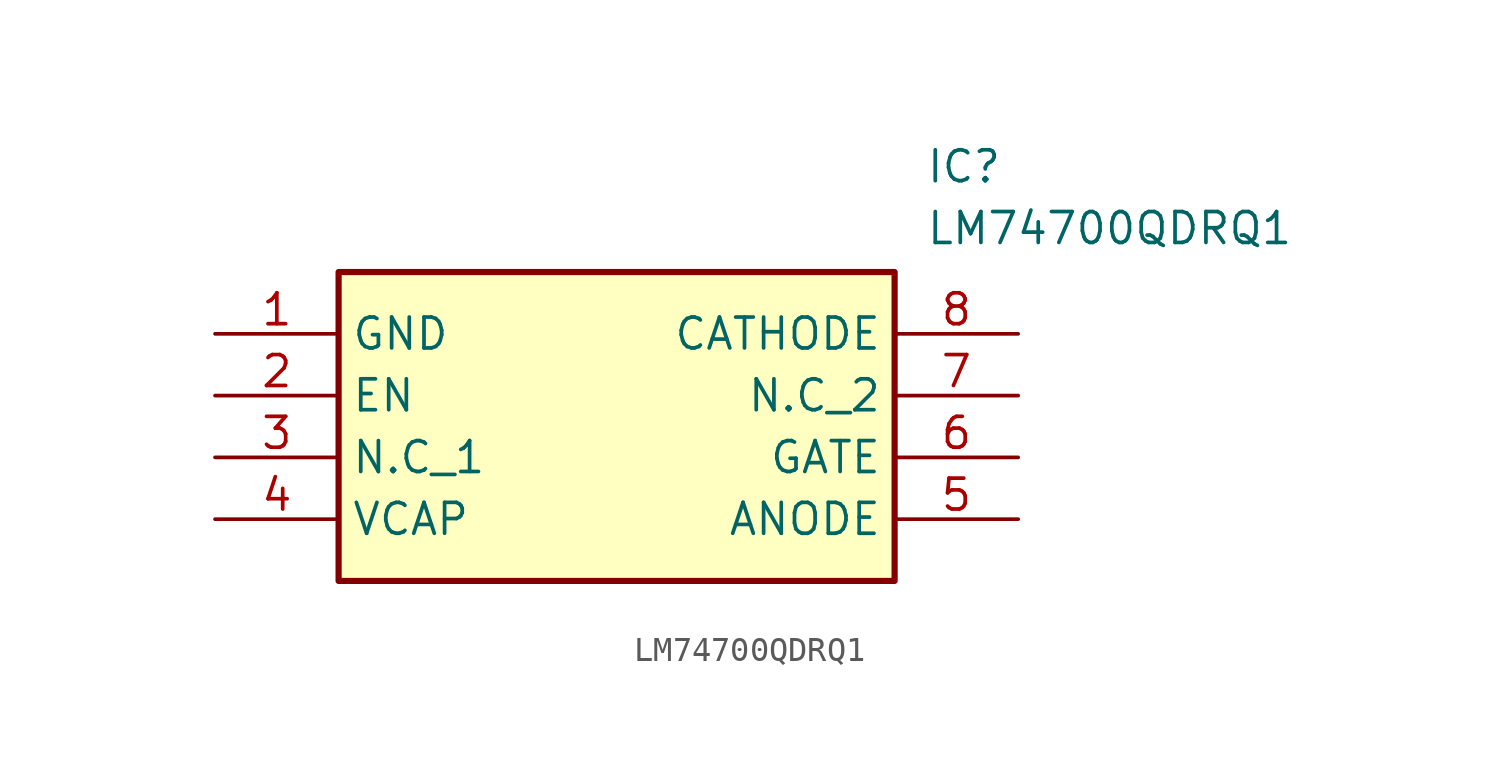
<source format=kicad_sym>
(kicad_symbol_lib
  (version 20211014)
  (generator SamacSys_ECAD_Model)
  (symbol "LM74700QDRQ1"
    (property "Reference" "IC"
      (at 29.21 7.62 0)
      (effects (font (size 1.27 1.27)) (justify left top)))
    (property "Value" "LM74700QDRQ1"
      (at 29.21 5.08 0)
      (effects (font (size 1.27 1.27)) (justify left top)))
    (rectangle
      (start 5.08 2.54)
      (end 27.94 -10.16)
      (stroke (width 0.254) (type default))
      (fill (type background)))
    (pin passive line
      (at 0 0 0)
      (length 5.08)
      (name "GND" (effects (font (size 1.27 1.27))))
      (number "1" (effects (font (size 1.27 1.27)))))
    (pin passive line
      (at 0 -2.54 0)
      (length 5.08)
      (name "EN" (effects (font (size 1.27 1.27))))
      (number "2" (effects (font (size 1.27 1.27)))))
    (pin passive line
      (at 0 -5.08 0)
      (length 5.08)
      (name "N.C_1" (effects (font (size 1.27 1.27))))
      (number "3" (effects (font (size 1.27 1.27)))))
    (pin passive line
      (at 0 -7.62 0)
      (length 5.08)
      (name "VCAP" (effects (font (size 1.27 1.27))))
      (number "4" (effects (font (size 1.27 1.27)))))
    (pin passive line
      (at 33.02 0 180)
      (length 5.08)
      (name "CATHODE" (effects (font (size 1.27 1.27))))
      (number "8" (effects (font (size 1.27 1.27)))))
    (pin passive line
      (at 33.02 -2.54 180)
      (length 5.08)
      (name "N.C_2" (effects (font (size 1.27 1.27))))
      (number "7" (effects (font (size 1.27 1.27)))))
    (pin passive line
      (at 33.02 -5.08 180)
      (length 5.08)
      (name "GATE" (effects (font (size 1.27 1.27))))
      (number "6" (effects (font (size 1.27 1.27)))))
    (pin passive line
      (at 33.02 -7.62 180)
      (length 5.08)
      (name "ANODE" (effects (font (size 1.27 1.27))))
      (number "5" (effects (font (size 1.27 1.27)))))))
</source>
